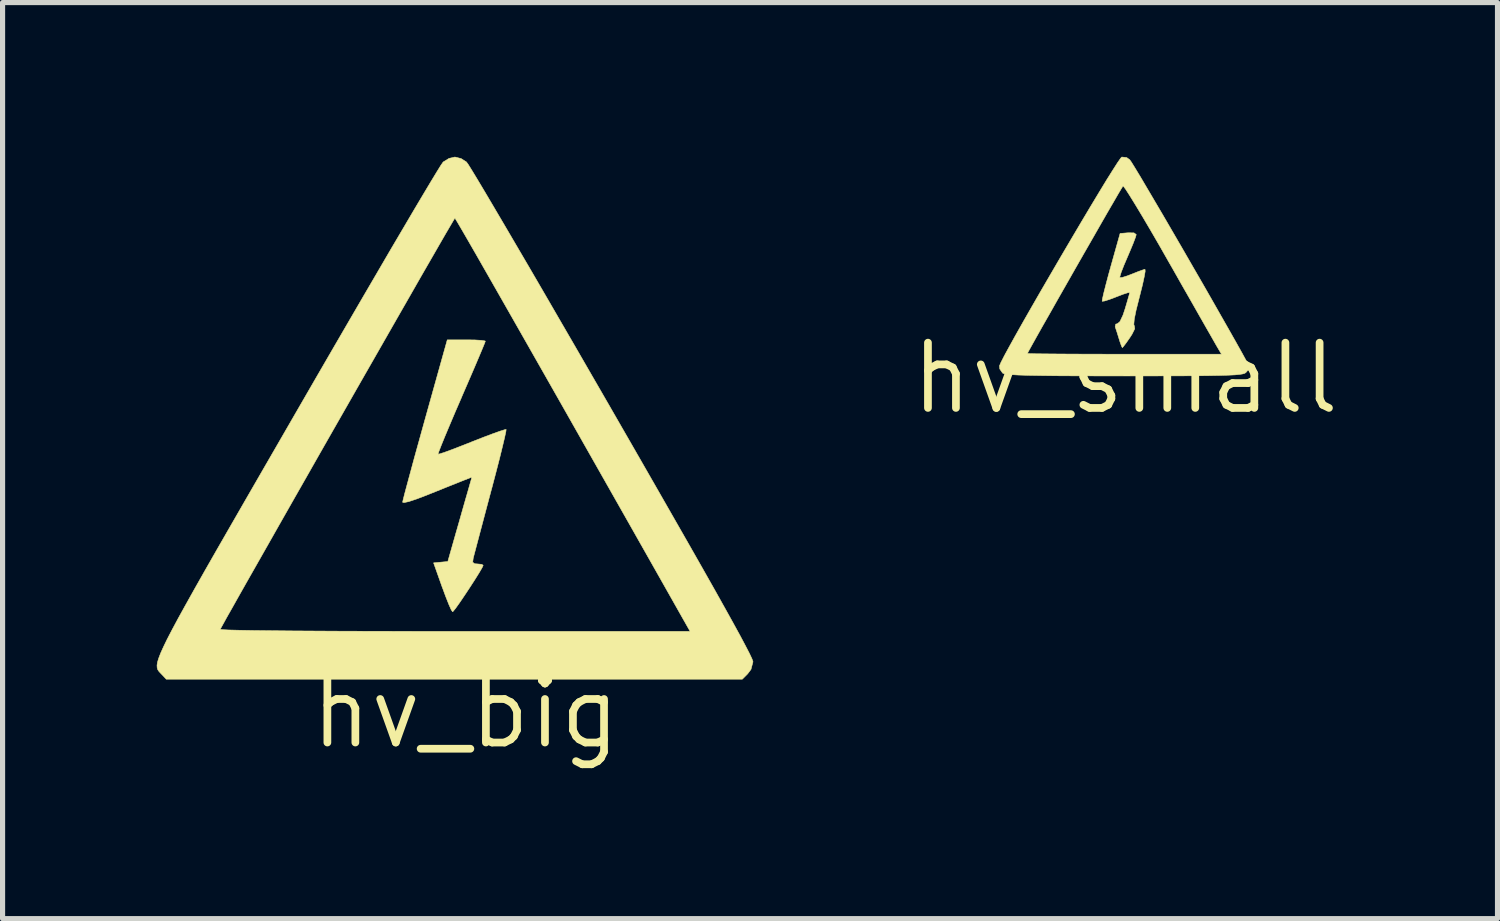
<source format=kicad_pcb>
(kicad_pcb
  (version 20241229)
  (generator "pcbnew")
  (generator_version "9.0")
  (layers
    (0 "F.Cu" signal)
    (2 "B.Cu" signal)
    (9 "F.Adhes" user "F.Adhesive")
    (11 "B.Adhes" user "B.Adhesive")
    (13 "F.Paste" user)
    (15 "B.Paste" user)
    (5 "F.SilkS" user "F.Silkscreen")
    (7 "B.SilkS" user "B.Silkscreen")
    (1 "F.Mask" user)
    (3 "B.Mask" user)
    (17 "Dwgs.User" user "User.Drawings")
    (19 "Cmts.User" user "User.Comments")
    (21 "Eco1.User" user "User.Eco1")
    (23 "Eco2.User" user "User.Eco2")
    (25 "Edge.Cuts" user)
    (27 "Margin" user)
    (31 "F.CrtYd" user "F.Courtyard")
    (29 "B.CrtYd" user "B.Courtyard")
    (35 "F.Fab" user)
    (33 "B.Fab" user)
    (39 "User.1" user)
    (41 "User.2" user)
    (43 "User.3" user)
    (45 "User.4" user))
  (footprint "hv_small"
    (layer "F.Cu")
    (at 18.845 4.307)
    (property "Reference" "hv_small" (at 0 0 0) (layer "F.SilkS") (effects (font (size 1.27 1.27) (thickness 0.15))))
    (attr through_hole)
    (fp_poly (pts (xy 0.168 -2.826) (xy 0.211 -2.795) (xy 0.212 -2.792) (xy 0.195 -2.734) (xy 0.151 -2.618) (xy 0.087 -2.464) (xy 0.042 -2.359) (xy -0.028 -2.195) (xy -0.08 -2.062) (xy -0.106 -1.977) (xy -0.107 -1.956) (xy -0.06 -1.959) (xy 0.039 -1.99) (xy 0.132 -2.026) (xy 0.258 -2.076) (xy 0.351 -2.109) (xy 0.383 -2.117) (xy 0.386 -2.078) (xy 0.368 -1.974) (xy 0.334 -1.817) (xy 0.286 -1.625) (xy 0.274 -1.578) (xy 0.21 -1.325) (xy 0.174 -1.148) (xy 0.165 -1.044) (xy 0.176 -1.012) (xy 0.183 -0.96) (xy 0.131 -0.855) (xy 0.088 -0.788) (xy 0.013 -0.681) (xy -0.041 -0.611) (xy -0.059 -0.593) (xy -0.077 -0.629) (xy -0.109 -0.72) (xy -0.123 -0.766) (xy -0.161 -0.889) (xy -0.192 -0.982) (xy -0.198 -0.999) (xy -0.187 -1.051) (xy -0.157 -1.058) (xy -0.105 -1.1) (xy -0.046 -1.225) (xy -0.004 -1.351) (xy 0.039 -1.497) (xy 0.071 -1.608) (xy 0.085 -1.664) (xy 0.085 -1.665) (xy 0.049 -1.662) (xy -0.044 -1.632) (xy -0.174 -1.582) (xy -0.308 -1.531) (xy -0.408 -1.5) (xy -0.451 -1.495) (xy -0.446 -1.539) (xy -0.421 -1.651) (xy -0.379 -1.816) (xy -0.325 -2.02) (xy -0.285 -2.164) (xy -0.102 -2.815) (xy 0.055 -2.828) (xy 0.168 -2.826)) (stroke (width 0.01) (type solid)) (fill yes) (layer "F.SilkS"))
    (fp_poly (pts (xy 0.026 -4.292) (xy 0.086 -4.248) (xy 0.121 -4.198) (xy 0.192 -4.083) (xy 0.295 -3.913) (xy 0.424 -3.694) (xy 0.576 -3.436) (xy 0.746 -3.147) (xy 0.928 -2.834) (xy 1.118 -2.507) (xy 1.311 -2.172) (xy 1.503 -1.84) (xy 1.688 -1.517) (xy 1.862 -1.211) (xy 2.021 -0.932) (xy 2.159 -0.688) (xy 2.272 -0.486) (xy 2.355 -0.334) (xy 2.403 -0.242) (xy 2.413 -0.217) (xy 2.386 -0.156) (xy 2.346 -0.109) (xy 2.324 -0.094) (xy 2.285 -0.082) (xy 2.223 -0.072) (xy 2.13 -0.063) (xy 2 -0.057) (xy 1.826 -0.052) (xy 1.602 -0.048) (xy 1.322 -0.045) (xy 0.977 -0.044) (xy 0.563 -0.043) (xy 0.071 -0.042) (xy -0.016 -0.042) (xy -0.537 -0.043) (xy -0.98 -0.044) (xy -1.349 -0.046) (xy -1.652 -0.05) (xy -1.893 -0.054) (xy -2.079 -0.06) (xy -2.217 -0.068) (xy -2.311 -0.077) (xy -2.367 -0.088) (xy -2.388 -0.098) (xy -2.443 -0.178) (xy -2.449 -0.238) (xy -2.423 -0.3) (xy -2.36 -0.424) (xy -2.33 -0.48) (xy -1.905 -0.48) (xy -1.864 -0.477) (xy -1.747 -0.474) (xy -1.562 -0.472) (xy -1.318 -0.47) (xy -1.023 -0.468) (xy -0.687 -0.467) (xy -0.316 -0.466) (xy -0.017 -0.466) (xy 1.871 -0.466) (xy 1.79 -0.603) (xy 1.752 -0.669) (xy 1.677 -0.801) (xy 1.57 -0.988) (xy 1.436 -1.223) (xy 1.28 -1.498) (xy 1.106 -1.802) (xy 0.921 -2.129) (xy 0.848 -2.256) (xy 0.663 -2.581) (xy 0.489 -2.881) (xy 0.332 -3.147) (xy 0.196 -3.373) (xy 0.086 -3.551) (xy 0.007 -3.674) (xy -0.038 -3.734) (xy -0.046 -3.738) (xy -0.072 -3.696) (xy -0.135 -3.591) (xy -0.228 -3.43) (xy -0.348 -3.224) (xy -0.488 -2.98) (xy -0.643 -2.709) (xy -0.809 -2.42) (xy -0.98 -2.121) (xy -1.15 -1.822) (xy -1.316 -1.531) (xy -1.47 -1.258) (xy -1.61 -1.013) (xy -1.728 -0.803) (xy -1.82 -0.638) (xy -1.881 -0.528) (xy -1.905 -0.481) (xy -1.905 -0.48) (xy -2.33 -0.48) (xy -2.263 -0.603) (xy -2.138 -0.829) (xy -1.989 -1.093) (xy -1.821 -1.387) (xy -1.639 -1.703) (xy -1.447 -2.033) (xy -1.251 -2.369) (xy -1.055 -2.702) (xy -0.864 -3.025) (xy -0.683 -3.329) (xy -0.516 -3.606) (xy -0.369 -3.848) (xy -0.245 -4.046) (xy -0.151 -4.193) (xy -0.09 -4.28) (xy -0.069 -4.302) (xy 0.026 -4.292)) (stroke (width 0.01) (type solid)) (fill yes) (layer "F.SilkS")))
  (footprint "hv_big"
    (layer "F.Cu")
    (at 5.311 10.617)
    (property "Reference" "hv_big" (at 0.7 0.2 0) (layer "F.SilkS") (effects (font (size 1.27 1.27) (thickness 0.15))))
    (attr through_hole)
    (fp_poly (pts (xy 0.877 -7.053) (xy 1.004 -7.045) (xy 1.074 -7.034) (xy 1.082 -7.029) (xy 1.066 -6.985) (xy 1.02 -6.873) (xy 0.949 -6.704) (xy 0.857 -6.488) (xy 0.748 -6.235) (xy 0.627 -5.956) (xy 0.614 -5.924) (xy 0.492 -5.643) (xy 0.384 -5.388) (xy 0.292 -5.169) (xy 0.222 -4.997) (xy 0.177 -4.88) (xy 0.161 -4.83) (xy 0.162 -4.829) (xy 0.204 -4.839) (xy 0.312 -4.875) (xy 0.471 -4.934) (xy 0.669 -5.011) (xy 0.822 -5.072) (xy 1.039 -5.157) (xy 1.227 -5.228) (xy 1.373 -5.28) (xy 1.463 -5.308) (xy 1.487 -5.311) (xy 1.481 -5.266) (xy 1.456 -5.15) (xy 1.414 -4.974) (xy 1.358 -4.746) (xy 1.289 -4.479) (xy 1.211 -4.182) (xy 1.191 -4.109) (xy 1.109 -3.801) (xy 1.033 -3.514) (xy 0.966 -3.261) (xy 0.911 -3.053) (xy 0.871 -2.902) (xy 0.849 -2.818) (xy 0.847 -2.812) (xy 0.836 -2.729) (xy 0.872 -2.699) (xy 0.929 -2.695) (xy 1.011 -2.687) (xy 1.04 -2.669) (xy 1.018 -2.62) (xy 0.96 -2.521) (xy 0.876 -2.386) (xy 0.777 -2.233) (xy 0.675 -2.079) (xy 0.58 -1.939) (xy 0.503 -1.831) (xy 0.454 -1.771) (xy 0.445 -1.764) (xy 0.419 -1.801) (xy 0.373 -1.904) (xy 0.313 -2.055) (xy 0.245 -2.239) (xy 0.244 -2.24) (xy 0.075 -2.716) (xy 0.213 -2.729) (xy 0.352 -2.742) (xy 0.505 -3.28) (xy 0.572 -3.513) (xy 0.638 -3.746) (xy 0.697 -3.953) (xy 0.74 -4.101) (xy 0.821 -4.385) (xy 0.623 -4.307) (xy 0.504 -4.259) (xy 0.33 -4.19) (xy 0.127 -4.108) (xy -0.05 -4.037) (xy -0.251 -3.96) (xy -0.404 -3.909) (xy -0.5 -3.888) (xy -0.528 -3.895) (xy -0.517 -3.945) (xy -0.486 -4.068) (xy -0.436 -4.254) (xy -0.371 -4.494) (xy -0.294 -4.779) (xy -0.205 -5.099) (xy -0.109 -5.445) (xy -0.094 -5.499) (xy 0.341 -7.054) (xy 0.712 -7.055) (xy 0.877 -7.053)) (stroke (width 0.01) (type solid)) (fill yes) (layer "F.SilkS"))
    (fp_poly (pts (xy 0.61 -10.582) (xy 0.714 -10.516) (xy 0.748 -10.469) (xy 0.821 -10.352) (xy 0.931 -10.17) (xy 1.075 -9.929) (xy 1.251 -9.631) (xy 1.456 -9.283) (xy 1.688 -8.887) (xy 1.944 -8.45) (xy 2.221 -7.974) (xy 2.516 -7.465) (xy 2.828 -6.927) (xy 3.153 -6.364) (xy 3.49 -5.781) (xy 3.553 -5.671) (xy 3.983 -4.924) (xy 4.371 -4.248) (xy 4.719 -3.64) (xy 5.029 -3.098) (xy 5.301 -2.62) (xy 5.537 -2.203) (xy 5.738 -1.844) (xy 5.905 -1.543) (xy 6.041 -1.295) (xy 6.145 -1.099) (xy 6.221 -0.952) (xy 6.268 -0.853) (xy 6.288 -0.798) (xy 6.289 -0.79) (xy 6.25 -0.642) (xy 6.185 -0.556) (xy 6.081 -0.452) (xy -5.126 -0.452) (xy -5.218 -0.55) (xy -5.247 -0.58) (xy -5.272 -0.608) (xy -5.292 -0.638) (xy -5.303 -0.675) (xy -5.306 -0.722) (xy -5.297 -0.782) (xy -5.274 -0.859) (xy -5.236 -0.958) (xy -5.18 -1.082) (xy -5.106 -1.235) (xy -5.009 -1.421) (xy -5.008 -1.423) (xy -4.076 -1.423) (xy -4.036 -1.416) (xy -3.915 -1.41) (xy -3.714 -1.405) (xy -3.438 -1.4) (xy -3.088 -1.396) (xy -2.667 -1.392) (xy -2.179 -1.389) (xy -1.626 -1.386) (xy -1.011 -1.385) (xy -0.337 -1.383) (xy 0.394 -1.383) (xy 0.488 -1.383) (xy 5.066 -1.383) (xy 4.926 -1.63) (xy 4.403 -2.555) (xy 3.908 -3.429) (xy 3.443 -4.249) (xy 3.008 -5.016) (xy 2.605 -5.727) (xy 2.234 -6.38) (xy 1.896 -6.974) (xy 1.592 -7.508) (xy 1.323 -7.98) (xy 1.09 -8.388) (xy 0.894 -8.731) (xy 0.735 -9.007) (xy 0.615 -9.214) (xy 0.534 -9.352) (xy 0.494 -9.418) (xy 0.489 -9.424) (xy 0.467 -9.388) (xy 0.406 -9.284) (xy 0.309 -9.119) (xy 0.181 -8.897) (xy 0.024 -8.624) (xy -0.159 -8.307) (xy -0.363 -7.95) (xy -0.586 -7.561) (xy -0.825 -7.143) (xy -1.076 -6.704) (xy -1.336 -6.25) (xy -1.602 -5.784) (xy -1.87 -5.315) (xy -2.137 -4.847) (xy -2.399 -4.386) (xy -2.655 -3.937) (xy -2.899 -3.508) (xy -3.129 -3.102) (xy -3.342 -2.727) (xy -3.535 -2.388) (xy -3.703 -2.091) (xy -3.844 -1.84) (xy -3.955 -1.644) (xy -4.031 -1.506) (xy -4.071 -1.433) (xy -4.076 -1.423) (xy -5.008 -1.423) (xy -4.89 -1.643) (xy -4.745 -1.905) (xy -4.574 -2.211) (xy -4.373 -2.566) (xy -4.141 -2.972) (xy -3.876 -3.433) (xy -3.576 -3.954) (xy -3.239 -4.538) (xy -2.863 -5.189) (xy -2.576 -5.686) (xy -2.238 -6.271) (xy -1.91 -6.837) (xy -1.595 -7.379) (xy -1.296 -7.893) (xy -1.015 -8.374) (xy -0.756 -8.818) (xy -0.519 -9.22) (xy -0.309 -9.577) (xy -0.127 -9.883) (xy 0.023 -10.134) (xy 0.139 -10.325) (xy 0.219 -10.454) (xy 0.26 -10.513) (xy 0.263 -10.516) (xy 0.375 -10.585) (xy 0.489 -10.612) (xy 0.61 -10.582)) (stroke (width 0.01) (type solid)) (fill yes) (layer "F.SilkS")))
  (gr_rect
    (start -3 -3)
    (end 26.086 14.823)
    (stroke (width 0.1) (type default))
    (fill no)
    (layer "Edge.Cuts")))
</source>
